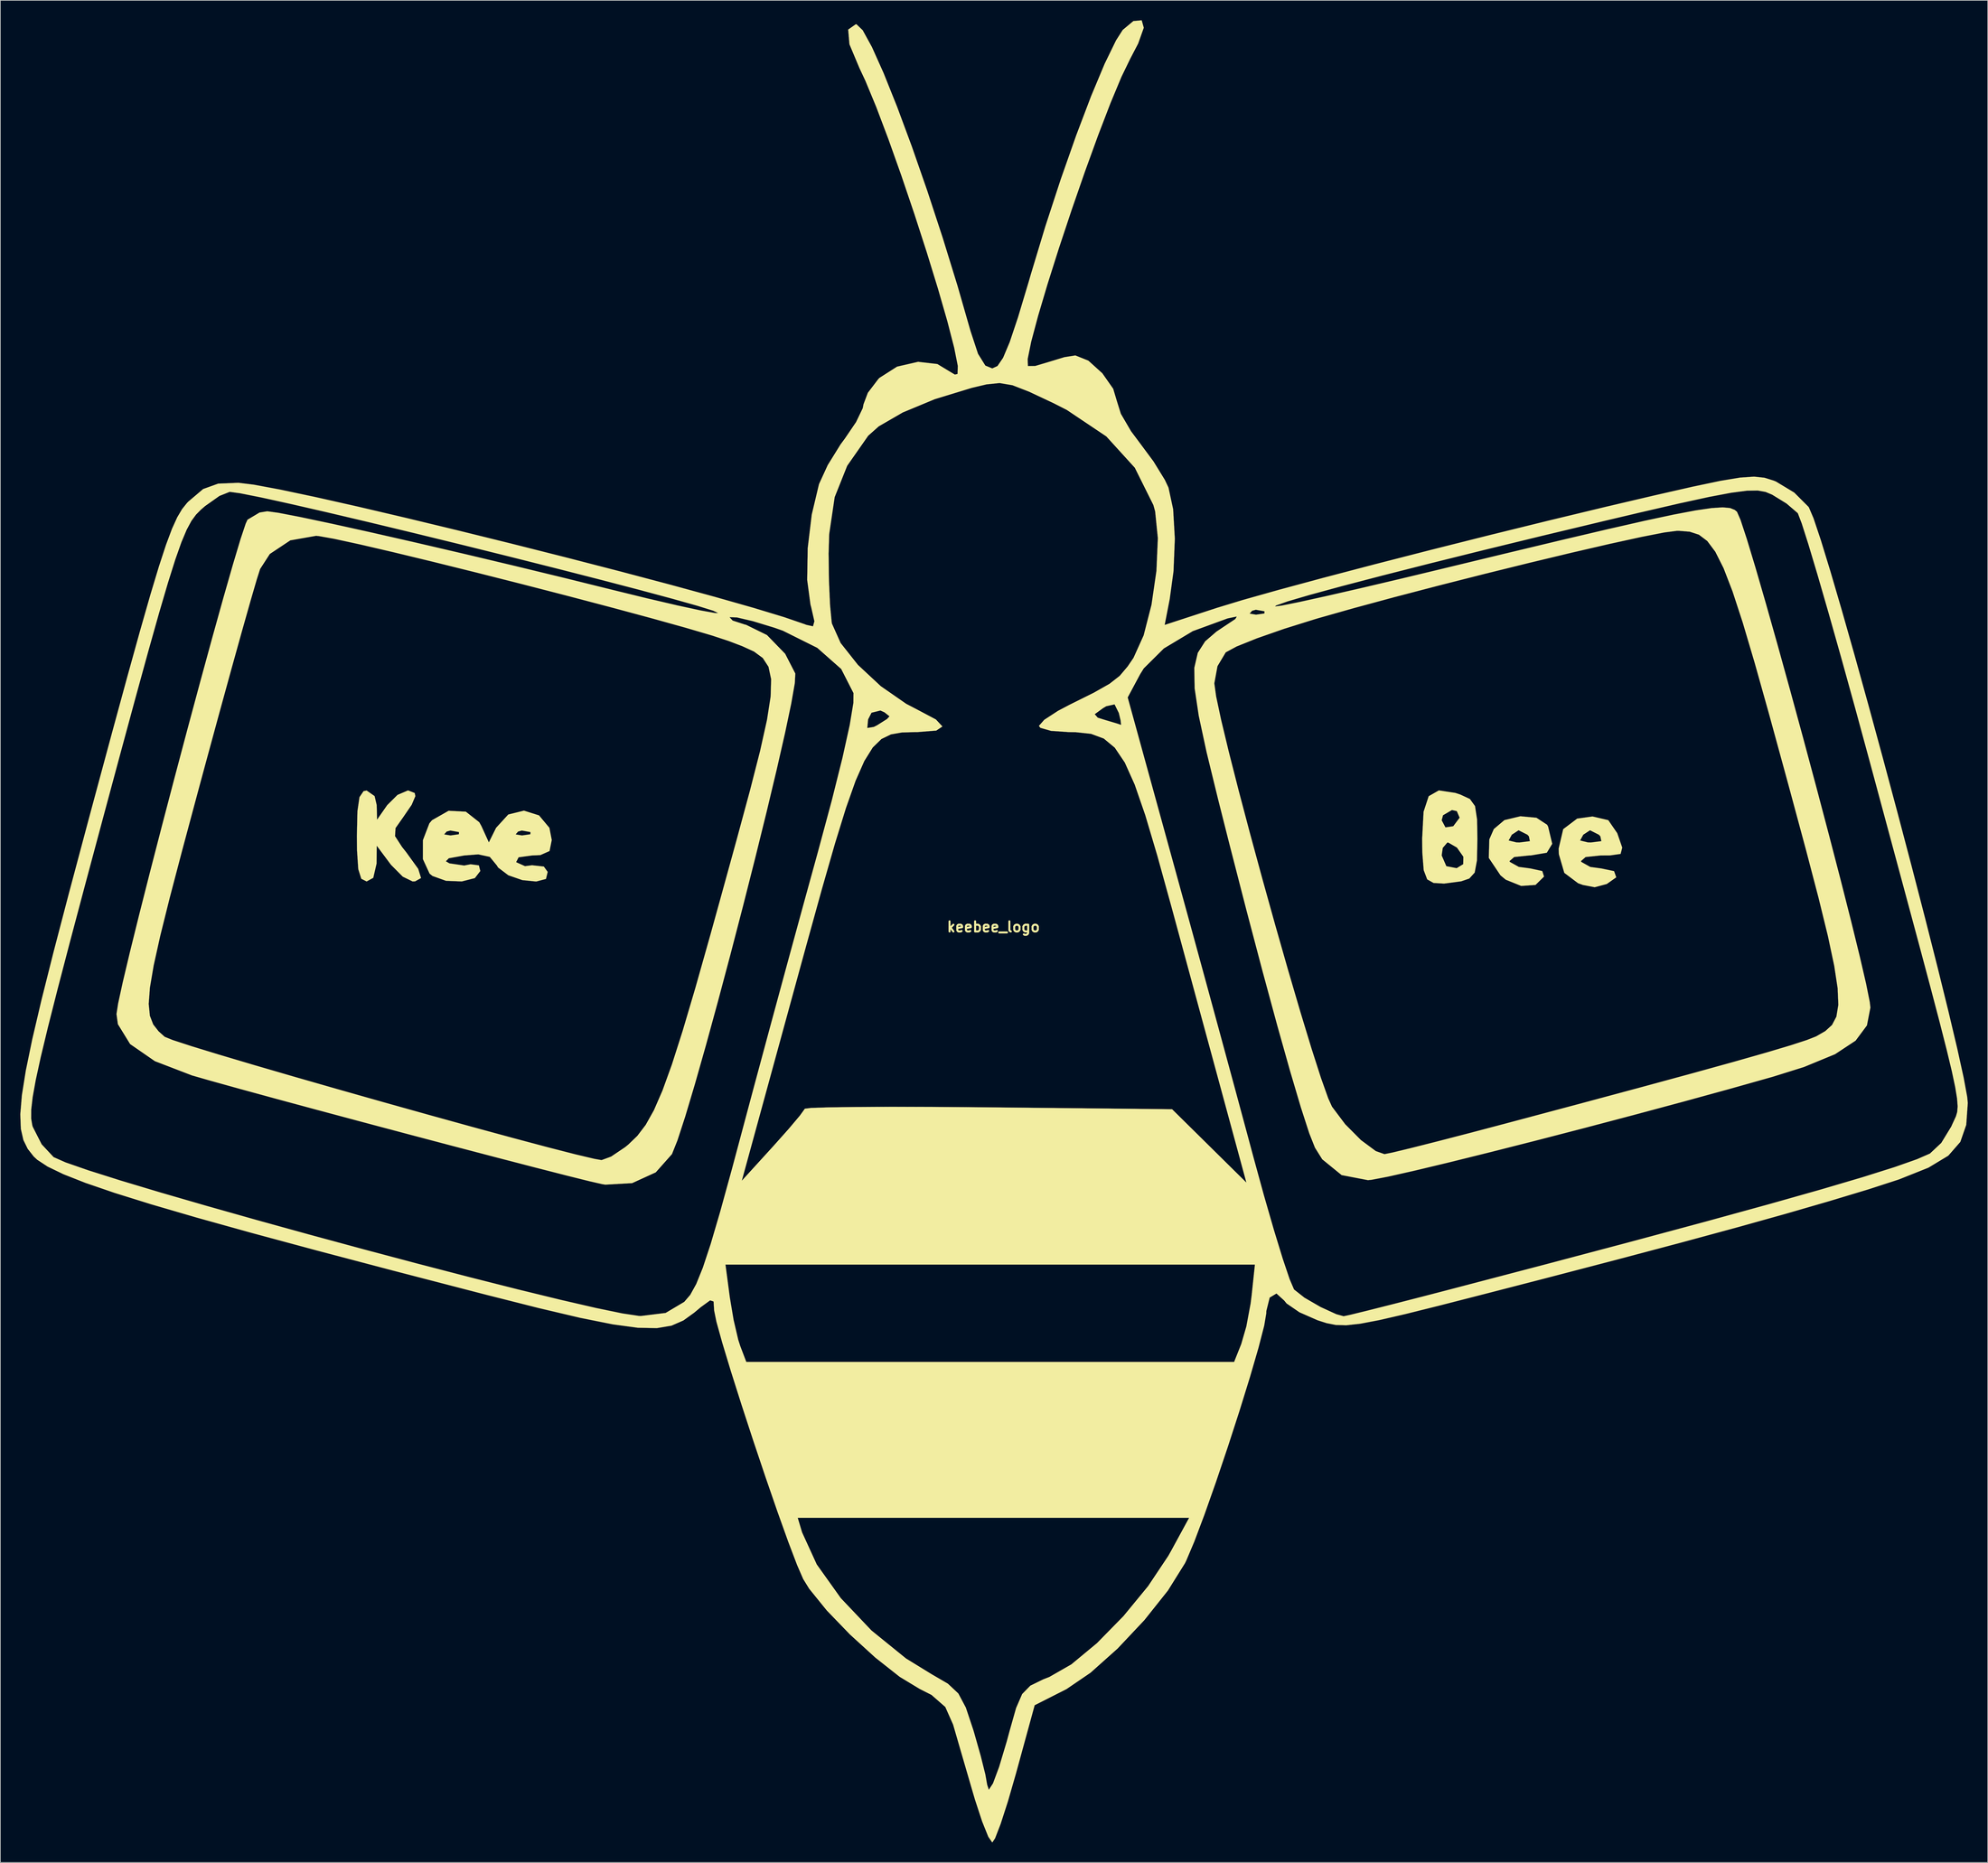
<source format=kicad_pcb>
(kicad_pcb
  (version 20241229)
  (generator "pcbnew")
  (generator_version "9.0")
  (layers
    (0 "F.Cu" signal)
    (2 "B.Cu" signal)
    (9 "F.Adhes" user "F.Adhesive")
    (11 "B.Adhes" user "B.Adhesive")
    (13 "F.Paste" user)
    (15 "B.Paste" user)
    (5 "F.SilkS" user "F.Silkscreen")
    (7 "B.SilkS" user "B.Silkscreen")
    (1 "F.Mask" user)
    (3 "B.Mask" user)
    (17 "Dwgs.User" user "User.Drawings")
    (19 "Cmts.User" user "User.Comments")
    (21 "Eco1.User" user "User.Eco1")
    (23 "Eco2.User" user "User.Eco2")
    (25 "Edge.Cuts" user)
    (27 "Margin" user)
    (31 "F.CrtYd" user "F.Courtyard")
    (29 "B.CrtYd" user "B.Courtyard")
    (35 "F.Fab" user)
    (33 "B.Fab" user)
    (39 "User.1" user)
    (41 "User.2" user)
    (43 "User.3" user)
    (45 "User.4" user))
  (footprint "keebee_logo"
    (layer "F.Cu")
    (at 146.359 136.395)
    (property "Reference" "keebee_logo" (at 0 0 0) (layer "F.SilkS") (effects (font (size 1.524 1.524) (thickness 0.3))))
    (attr through_hole)
    (fp_poly (pts (xy -87.045 -20.142) (xy -86.946 -19.67) (xy -87.498 -18.368) (xy -88.793 -16.477) (xy -89.927 -14.865) (xy -90.003 -13.651) (xy -88.945 -12.018) (xy -88.309 -11.217) (xy -86.515 -8.729) (xy -86.089 -7.352) (xy -86.982 -6.853) (xy -87.353 -6.838) (xy -88.836 -7.562) (xy -90.588 -9.325) (xy -90.741 -9.525) (xy -92.746 -12.212) (xy -92.777 -9.525) (xy -93.274 -7.385) (xy -94.273 -6.838) (xy -95.069 -7.241) (xy -95.525 -8.687) (xy -95.717 -11.536) (xy -95.738 -13.677) (xy -95.652 -17.392) (xy -95.342 -19.519) (xy -94.732 -20.416) (xy -94.273 -20.515) (xy -93.075 -19.678) (xy -92.756 -18.317) (xy -92.705 -16.119) (xy -91.172 -18.317) (xy -89.622 -19.858) (xy -88.042 -20.531) (xy -87.045 -20.142)) (stroke (width 0.01) (type solid)) (fill yes) (layer "F.SilkS"))
    (fp_poly (pts (xy 81.656 -16.417) (xy 83.271 -15.361) (xy 83.422 -15.062) (xy 84.033 -12.498) (xy 83.22 -11.159) (xy 80.784 -10.748) (xy 80.538 -10.746) (xy 78.316 -10.515) (xy 77.609 -9.903) (xy 77.665 -9.769) (xy 79.007 -9.022) (xy 80.735 -8.792) (xy 82.539 -8.399) (xy 82.799 -7.571) (xy 81.523 -6.315) (xy 79.367 -6.165) (xy 77.051 -7.101) (xy 76.26 -7.755) (xy 74.499 -10.379) (xy 74.575 -12.997) (xy 77.478 -12.997) (xy 78.661 -12.707) (xy 79.131 -12.7) (xy 80.684 -12.897) (xy 80.527 -13.634) (xy 80.303 -13.872) (xy 78.974 -14.542) (xy 77.958 -13.872) (xy 77.478 -12.997) (xy 74.575 -12.997) (xy 74.58 -13.167) (xy 75.257 -14.718) (xy 76.848 -16.062) (xy 79.248 -16.639) (xy 81.656 -16.417)) (stroke (width 0.01) (type solid)) (fill yes) (layer "F.SilkS"))
    (fp_poly (pts (xy 92.466 -16.053) (xy 93.809 -14.102) (xy 94.563 -11.927) (xy 94.319 -10.98) (xy 92.693 -10.751) (xy 91.285 -10.746) (xy 89.062 -10.515) (xy 88.355 -9.903) (xy 88.412 -9.769) (xy 89.758 -9.013) (xy 91.4 -8.792) (xy 93.335 -8.386) (xy 93.663 -7.459) (xy 92.239 -6.455) (xy 90.423 -5.971) (xy 88.645 -6.31) (xy 87.923 -6.574) (xy 85.856 -8.128) (xy 85.039 -10.926) (xy 85.007 -11.772) (xy 85.293 -12.997) (xy 88.224 -12.997) (xy 89.407 -12.707) (xy 89.877 -12.7) (xy 91.43 -12.897) (xy 91.274 -13.634) (xy 91.049 -13.872) (xy 89.72 -14.542) (xy 88.705 -13.872) (xy 88.224 -12.997) (xy 85.293 -12.997) (xy 85.69 -14.7) (xy 87.79 -16.288) (xy 90.096 -16.608) (xy 92.466 -16.053)) (stroke (width 0.01) (type solid)) (fill yes) (layer "F.SilkS"))
    (fp_poly (pts (xy 69.46 -20.155) (xy 70.209 -19.908) (xy 71.653 -19.239) (xy 72.424 -18.17) (xy 72.73 -16.16) (xy 72.781 -13.237) (xy 72.711 -9.985) (xy 72.372 -8.171) (xy 71.565 -7.279) (xy 70.338 -6.857) (xy 67.77 -6.517) (xy 66.187 -6.613) (xy 65.237 -7.148) (xy 64.712 -8.528) (xy 64.535 -10.746) (xy 67.408 -10.746) (xy 68.112 -9.129) (xy 69.664 -8.832) (xy 70.656 -9.435) (xy 70.671 -10.56) (xy 69.708 -11.933) (xy 68.4 -12.691) (xy 68.265 -12.7) (xy 67.568 -11.881) (xy 67.408 -10.746) (xy 64.535 -10.746) (xy 64.5 -11.188) (xy 64.477 -13.291) (xy 64.623 -16.038) (xy 67.408 -16.038) (xy 67.977 -14.968) (xy 69.149 -15.139) (xy 70.115 -16.425) (xy 69.689 -17.421) (xy 68.954 -17.585) (xy 67.609 -16.798) (xy 67.408 -16.038) (xy 64.623 -16.038) (xy 64.691 -17.323) (xy 65.462 -19.661) (xy 66.987 -20.53) (xy 69.46 -20.155)) (stroke (width 0.01) (type solid)) (fill yes) (layer "F.SilkS"))
    (fp_poly (pts (xy -68.349 -16.775) (xy -66.785 -14.904) (xy -66.431 -13.069) (xy -66.763 -11.414) (xy -68.147 -10.802) (xy -69.419 -10.746) (xy -71.416 -10.474) (xy -71.788 -9.744) (xy -71.779 -9.729) (xy -70.455 -9.132) (xy -69.395 -9.27) (xy -67.622 -9.075) (xy -67.043 -8.274) (xy -67.301 -7.216) (xy -68.768 -6.83) (xy -70.851 -7.039) (xy -72.956 -7.766) (xy -74.489 -8.931) (xy -74.712 -9.281) (xy -75.745 -10.536) (xy -77.488 -10.912) (xy -79.619 -10.743) (xy -81.91 -10.33) (xy -82.359 -9.868) (xy -81.817 -9.553) (xy -79.603 -9.229) (xy -78.642 -9.416) (xy -77.392 -9.252) (xy -77.177 -8.408) (xy -77.995 -7.345) (xy -79.958 -6.84) (xy -82.326 -6.932) (xy -84.361 -7.661) (xy -84.797 -8.011) (xy -85.806 -10.199) (xy -85.802 -13.047) (xy -85.471 -13.91) (xy -82.615 -13.91) (xy -81.654 -13.754) (xy -80.387 -13.934) (xy -80.372 -14.267) (xy -81.68 -14.5) (xy -82.245 -14.344) (xy -82.615 -13.91) (xy -85.471 -13.91) (xy -84.831 -15.575) (xy -84.434 -16.049) (xy -81.945 -17.464) (xy -79.353 -17.333) (xy -77.329 -15.74) (xy -77 -15.145) (xy -75.889 -12.706) (xy -75.291 -13.91) (xy -71.869 -13.91) (xy -70.908 -13.754) (xy -69.641 -13.934) (xy -69.626 -14.267) (xy -70.934 -14.5) (xy -71.499 -14.344) (xy -71.869 -13.91) (xy -75.291 -13.91) (xy -74.799 -14.901) (xy -72.965 -16.907) (xy -70.612 -17.487) (xy -68.349 -16.775)) (stroke (width 0.01) (type solid)) (fill yes) (layer "F.SilkS"))
    (fp_poly (pts (xy 22.607 -135.27) (xy 21.759 -132.893) (xy 20.572 -130.617) (xy 19.244 -127.88) (xy 17.598 -123.93) (xy 15.733 -119.075) (xy 13.752 -113.619) (xy 11.758 -107.869) (xy 9.851 -102.132) (xy 8.135 -96.714) (xy 6.71 -91.92) (xy 5.679 -88.058) (xy 5.144 -85.433) (xy 5.179 -84.373) (xy 6.281 -84.384) (xy 8.232 -84.965) (xy 10.677 -85.711) (xy 12.32 -85.969) (xy 14.272 -85.185) (xy 16.373 -83.286) (xy 18.006 -80.955) (xy 18.562 -79.095) (xy 19.159 -77.188) (xy 20.687 -74.57) (xy 21.924 -72.914) (xy 24.068 -70.025) (xy 25.773 -67.25) (xy 26.32 -66.092) (xy 27.021 -62.838) (xy 27.277 -58.404) (xy 27.079 -53.515) (xy 26.509 -49.335) (xy 25.748 -45.427) (xy 30.949 -47.126) (xy 38.524 -47.126) (xy 39.484 -46.969) (xy 40.751 -47.149) (xy 40.766 -47.483) (xy 39.459 -47.716) (xy 38.894 -47.56) (xy 38.524 -47.126) (xy 30.949 -47.126) (xy 33.657 -48.01) (xy 37.494 -49.178) (xy 42.931 -50.711) (xy 49.666 -52.531) (xy 57.397 -54.562) (xy 65.82 -56.724) (xy 74.633 -58.941) (xy 83.534 -61.134) (xy 92.22 -63.226) (xy 99.444 -64.922) (xy 105.168 -66.225) (xy 109.338 -67.103) (xy 112.298 -67.593) (xy 114.391 -67.735) (xy 115.961 -67.569) (xy 117.351 -67.132) (xy 117.685 -66.996) (xy 120.434 -65.335) (xy 122.567 -63.201) (xy 122.639 -63.095) (xy 123.33 -61.476) (xy 124.427 -58.2) (xy 125.865 -53.509) (xy 127.582 -47.644) (xy 129.513 -40.845) (xy 131.592 -33.353) (xy 133.757 -25.408) (xy 135.943 -17.251) (xy 138.086 -9.123) (xy 140.122 -1.264) (xy 141.986 6.085) (xy 143.614 12.684) (xy 144.943 18.291) (xy 145.907 22.666) (xy 146.443 25.569) (xy 146.533 26.489) (xy 146.299 29.78) (xy 145.41 32.345) (xy 143.603 34.416) (xy 140.611 36.222) (xy 136.172 37.994) (xy 131.581 39.485) (xy 125.673 41.268) (xy 119.187 43.149) (xy 111.893 45.19) (xy 103.558 47.454) (xy 93.949 50.006) (xy 82.835 52.909) (xy 74.089 55.169) (xy 67.217 56.932) (xy 61.958 58.245) (xy 58.032 59.152) (xy 55.163 59.699) (xy 53.073 59.929) (xy 51.482 59.886) (xy 50.112 59.615) (xy 48.758 59.183) (xy 46.021 57.978) (xy 44.091 56.654) (xy 43.726 56.206) (xy 42.563 55.152) (xy 41.54 55.768) (xy 41.038 57.783) (xy 41.031 58.118) (xy 40.717 59.989) (xy 39.858 63.315) (xy 38.578 67.715) (xy 37.001 72.809) (xy 35.25 78.216) (xy 33.449 83.555) (xy 31.722 88.445) (xy 30.193 92.506) (xy 28.985 95.356) (xy 28.798 95.738) (xy 26.238 99.839) (xy 22.7 104.286) (xy 18.663 108.574) (xy 14.602 112.2) (xy 10.994 114.661) (xy 10.79 114.766) (xy 6.197 117.094) (xy 3.369 127.42) (xy 2.167 131.584) (xy 1.081 134.944) (xy 0.241 137.118) (xy -0.177 137.746) (xy -0.773 136.88) (xy -1.696 134.588) (xy -2.765 131.331) (xy -2.963 130.663) (xy -4.143 126.619) (xy -5.254 122.799) (xy -6.058 120.026) (xy -6.063 120.008) (xy -7.241 117.356) (xy -9.314 115.545) (xy -11.107 114.635) (xy -14.1 112.822) (xy -17.759 109.934) (xy -21.582 106.447) (xy -25.065 102.836) (xy -27.704 99.577) (xy -28.61 98.111) (xy -29.537 95.977) (xy -30.868 92.475) (xy -32.149 88.9) (xy -29.439 88.9) (xy -28.78 91.098) (xy -26.576 95.915) (xy -22.961 100.983) (xy -18.347 105.851) (xy -13.145 110.068) (xy -9.297 112.432) (xy -6.854 113.855) (xy -5.284 115.329) (xy -4.155 117.451) (xy -3.034 120.814) (xy -2.905 121.244) (xy -1.925 124.698) (xy -1.221 127.513) (xy -0.947 129.059) (xy -0.696 129.817) (xy -0.069 128.861) (xy 0.856 126.377) (xy 2.003 122.551) (xy 2.428 120.98) (xy 3.41 117.512) (xy 4.321 115.413) (xy 5.553 114.153) (xy 7.494 113.203) (xy 8.406 112.847) (xy 11.714 110.953) (xy 15.561 107.765) (xy 19.543 103.703) (xy 23.256 99.186) (xy 26.296 94.631) (xy 26.733 93.854) (xy 29.43 88.9) (xy -29.439 88.9) (xy -32.149 88.9) (xy -32.486 87.96) (xy -34.274 82.784) (xy -36.115 77.303) (xy -37.891 71.87) (xy -39.486 66.84) (xy -40.781 62.565) (xy -41.66 59.4) (xy -42.006 57.699) (xy -42.008 57.651) (xy -42.087 56.352) (xy -42.61 56.182) (xy -44.005 57.197) (xy -45.013 58.04) (xy -46.629 59.207) (xy -48.419 59.989) (xy -50.623 60.362) (xy -53.482 60.306) (xy -57.236 59.798) (xy -62.124 58.818) (xy -68.387 57.342) (xy -76.264 55.35) (xy -77.117 55.13) (xy -90.343 51.695) (xy -101.789 48.675) (xy -111.576 46.034) (xy -119.826 43.734) (xy -126.66 41.738) (xy -132.197 40.01) (xy -136.561 38.512) (xy -139.871 37.207) (xy -142.249 36.057) (xy -143.815 35.027) (xy -144.34 34.535) (xy -145.235 33.395) (xy -145.887 32.067) (xy -146.27 30.388) (xy -146.329 28.842) (xy -144.723 28.842) (xy -144.558 29.84) (xy -144.488 30.075) (xy -143.144 32.713) (xy -141.364 34.621) (xy -141.322 34.649) (xy -139.54 35.438) (xy -136.107 36.631) (xy -131.27 38.161) (xy -125.276 39.961) (xy -118.369 41.964) (xy -110.797 44.105) (xy -102.805 46.315) (xy -94.641 48.529) (xy -86.549 50.68) (xy -78.776 52.701) (xy -71.569 54.526) (xy -65.173 56.088) (xy -59.835 57.321) (xy -55.801 58.157) (xy -53.316 58.53) (xy -53.053 58.543) (xy -49.302 58.081) (xy -46.503 56.417) (xy -45.606 55.373) (xy -44.697 53.73) (xy -43.697 51.255) (xy -43.547 50.8) (xy -40.306 50.8) (xy -39.653 55.723) (xy -39.082 59.132) (xy -38.39 62.1) (xy -38.085 63.05) (xy -37.171 65.454) (xy 36.195 65.454) (xy 37.268 62.767) (xy 38.037 60.112) (xy 38.679 56.669) (xy 38.834 55.44) (xy 39.326 50.8) (xy -40.306 50.8) (xy -43.547 50.8) (xy -42.525 47.712) (xy -41.101 42.869) (xy -39.813 38.193) (xy -37.85 38.193) (xy -33.135 33.018) (xy -30.816 30.416) (xy -29.12 28.404) (xy -28.383 27.384) (xy -28.376 27.354) (xy -27.428 27.238) (xy -24.774 27.151) (xy -20.659 27.095) (xy -15.33 27.073) (xy -9.034 27.086) (xy -2.016 27.136) (xy -0.733 27.149) (xy 26.865 27.432) (xy 32.455 32.952) (xy 38.045 38.473) (xy 35.275 28.273) (xy 34.158 24.16) (xy 32.657 18.632) (xy 30.899 12.163) (xy 29.014 5.222) (xy 27.129 -1.719) (xy 26.8 -2.931) (xy 24.649 -10.712) (xy 22.839 -16.801) (xy 21.249 -21.402) (xy 19.759 -24.721) (xy 18.248 -26.964) (xy 16.596 -28.336) (xy 14.681 -29.044) (xy 12.382 -29.291) (xy 11.31 -29.308) (xy 8.662 -29.49) (xy 7.058 -29.951) (xy 6.838 -30.239) (xy 7.644 -31.156) (xy 8.936 -31.997) (xy 15.225 -31.997) (xy 15.689 -31.47) (xy 16.83 -31.115) (xy 18.602 -30.588) (xy 19.203 -30.382) (xy 19.121 -31.089) (xy 18.859 -32.184) (xy 18.217 -33.477) (xy 16.963 -33.2) (xy 16.486 -32.917) (xy 15.225 -31.997) (xy 8.936 -31.997) (xy 9.709 -32.501) (xy 11.441 -33.414) (xy 13.664 -34.519) (xy 20.187 -34.519) (xy 27.162 -9.2) (xy 29.376 -1.143) (xy 31.743 7.51) (xy 34.113 16.209) (xy 36.338 24.406) (xy 38.267 31.551) (xy 39.096 34.636) (xy 40.688 40.437) (xy 42.191 45.642) (xy 43.507 49.934) (xy 44.539 52.997) (xy 45.189 54.515) (xy 45.228 54.568) (xy 46.77 55.785) (xy 49.191 57.186) (xy 51.565 58.273) (xy 52.663 58.577) (xy 53.695 58.356) (xy 56.29 57.719) (xy 60.122 56.75) (xy 64.866 55.53) (xy 68.294 54.638) (xy 83.062 50.764) (xy 95.998 47.332) (xy 107.169 44.323) (xy 116.642 41.717) (xy 124.485 39.496) (xy 130.763 37.641) (xy 135.544 36.133) (xy 138.895 34.953) (xy 140.844 34.103) (xy 142.545 32.508) (xy 144.055 30.036) (xy 144.154 29.808) (xy 144.481 29.1) (xy 144.756 28.502) (xy 144.945 27.857) (xy 145.013 27.01) (xy 144.924 25.806) (xy 144.643 24.089) (xy 144.136 21.704) (xy 143.366 18.495) (xy 142.299 14.306) (xy 140.9 8.981) (xy 139.134 2.367) (xy 136.964 -5.694) (xy 134.357 -15.357) (xy 131.8 -24.836) (xy 129.593 -32.948) (xy 127.504 -40.493) (xy 125.593 -47.257) (xy 123.924 -53.024) (xy 122.559 -57.581) (xy 121.56 -60.71) (xy 120.99 -62.199) (xy 120.945 -62.268) (xy 119.273 -63.697) (xy 117.11 -65.028) (xy 116.125 -65.44) (xy 114.936 -65.652) (xy 113.289 -65.623) (xy 110.935 -65.314) (xy 107.622 -64.687) (xy 103.099 -63.701) (xy 97.114 -62.316) (xy 91.639 -61.022) (xy 82.358 -58.798) (xy 73.613 -56.664) (xy 65.584 -54.666) (xy 58.453 -52.851) (xy 52.4 -51.267) (xy 47.606 -49.96) (xy 44.252 -48.977) (xy 42.519 -48.366) (xy 42.324 -48.204) (xy 43.328 -48.33) (xy 45.971 -48.865) (xy 49.994 -49.752) (xy 55.14 -50.932) (xy 61.15 -52.348) (xy 66.518 -53.638) (xy 76.804 -56.125) (xy 85.359 -58.176) (xy 92.35 -59.821) (xy 97.944 -61.095) (xy 102.307 -62.028) (xy 105.606 -62.654) (xy 108.006 -63.005) (xy 109.674 -63.113) (xy 110.777 -63.011) (xy 111.481 -62.73) (xy 111.821 -62.449) (xy 112.351 -61.235) (xy 113.291 -58.38) (xy 114.575 -54.14) (xy 116.133 -48.769) (xy 117.898 -42.52) (xy 119.801 -35.648) (xy 121.773 -28.407) (xy 123.746 -21.051) (xy 125.652 -13.834) (xy 127.423 -7.011) (xy 128.99 -0.835) (xy 130.284 4.439) (xy 131.238 8.557) (xy 131.782 11.264) (xy 131.885 12.137) (xy 131.363 14.823) (xy 129.661 17.112) (xy 126.574 19.148) (xy 121.897 21.076) (xy 117.231 22.537) (xy 110.768 24.361) (xy 103.701 26.304) (xy 96.29 28.297) (xy 88.8 30.275) (xy 81.493 32.169) (xy 74.631 33.912) (xy 68.476 35.439) (xy 63.293 36.681) (xy 59.343 37.571) (xy 56.888 38.042) (xy 56.32 38.1) (xy 52.367 37.34) (xy 49.452 34.965) (xy 48.359 33.219) (xy 47.503 31.061) (xy 46.241 27.165) (xy 44.62 21.695) (xy 42.683 14.815) (xy 40.478 6.688) (xy 38.049 -2.523) (xy 35.442 -12.653) (xy 33.79 -19.193) (xy 32.059 -26.279) (xy 30.88 -31.757) (xy 30.261 -35.896) (xy 30.249 -36.643) (xy 33.215 -36.643) (xy 33.484 -34.686) (xy 34.235 -31.159) (xy 35.388 -26.357) (xy 36.86 -20.573) (xy 38.57 -14.1) (xy 40.437 -7.234) (xy 42.378 -0.267) (xy 44.311 6.507) (xy 46.157 12.794) (xy 47.832 18.299) (xy 49.255 22.73) (xy 50.344 25.793) (xy 50.914 27.05) (xy 52.898 29.69) (xy 55.272 32.079) (xy 57.499 33.73) (xy 58.803 34.192) (xy 59.998 33.952) (xy 62.758 33.284) (xy 66.763 32.271) (xy 71.691 30.993) (xy 76.5 29.723) (xy 87.772 26.715) (xy 97.272 24.16) (xy 105.117 22.026) (xy 111.428 20.278) (xy 116.323 18.883) (xy 119.921 17.808) (xy 122.341 17.019) (xy 123.703 16.484) (xy 123.778 16.446) (xy 125.111 15.677) (xy 126.117 14.759) (xy 126.777 13.504) (xy 127.067 11.726) (xy 126.966 9.237) (xy 126.451 5.85) (xy 125.501 1.376) (xy 124.093 -4.371) (xy 122.206 -11.578) (xy 119.817 -20.433) (xy 119.161 -22.845) (xy 116.612 -32.154) (xy 114.48 -39.747) (xy 112.687 -45.798) (xy 111.156 -50.48) (xy 109.809 -53.968) (xy 108.568 -56.436) (xy 107.356 -58.058) (xy 106.095 -59.007) (xy 104.708 -59.458) (xy 103.116 -59.585) (xy 102.767 -59.587) (xy 100.894 -59.343) (xy 97.436 -58.665) (xy 92.695 -57.627) (xy 86.971 -56.302) (xy 80.568 -54.764) (xy 73.786 -53.087) (xy 66.927 -51.344) (xy 60.293 -49.61) (xy 54.186 -47.956) (xy 48.906 -46.459) (xy 48.358 -46.297) (xy 43.706 -44.843) (xy 39.634 -43.42) (xy 36.571 -42.19) (xy 34.948 -41.313) (xy 34.925 -41.292) (xy 33.69 -39.224) (xy 33.215 -36.643) (xy 30.249 -36.643) (xy 30.21 -38.963) (xy 30.734 -41.228) (xy 31.842 -42.958) (xy 33.542 -44.422) (xy 34.564 -45.106) (xy 36.38 -46.314) (xy 36.601 -46.698) (xy 35.309 -46.434) (xy 35.169 -46.397) (xy 29.975 -44.497) (xy 25.625 -41.892) (xy 22.605 -38.893) (xy 22.061 -38.019) (xy 20.187 -34.519) (xy 13.664 -34.519) (xy 15.093 -35.23) (xy 17.452 -36.565) (xy 18.992 -37.767) (xy 20.189 -39.184) (xy 21.067 -40.477) (xy 22.594 -43.862) (xy 23.774 -48.459) (xy 24.516 -53.567) (xy 24.729 -58.485) (xy 24.321 -62.512) (xy 24.055 -63.467) (xy 21.262 -69.078) (xy 16.981 -73.787) (xy 11.037 -77.773) (xy 9.037 -78.791) (xy 5.369 -80.516) (xy 2.862 -81.489) (xy 0.923 -81.821) (xy -1.042 -81.621) (xy -3.279 -81.09) (xy -8.833 -79.391) (xy -13.636 -77.396) (xy -17.25 -75.306) (xy -18.839 -73.893) (xy -21.999 -69.373) (xy -23.881 -64.658) (xy -24.707 -59.085) (xy -24.794 -56.173) (xy -24.742 -52.07) (xy -24.577 -48.401) (xy -24.334 -45.871) (xy -24.291 -45.624) (xy -22.987 -42.708) (xy -20.382 -39.414) (xy -16.94 -36.208) (xy -13.121 -33.556) (xy -11.52 -32.722) (xy -8.655 -31.203) (xy -7.68 -30.152) (xy -8.6 -29.533) (xy -11.418 -29.31) (xy -11.831 -29.308) (xy -13.77 -29.251) (xy -15.413 -28.964) (xy -16.845 -28.27) (xy -18.153 -26.994) (xy -19.422 -24.957) (xy -20.736 -21.985) (xy -22.18 -17.901) (xy -23.841 -12.528) (xy -25.803 -5.69) (xy -28.152 2.789) (xy -29.209 6.641) (xy -37.85 38.193) (xy -39.813 38.193) (xy -39.343 36.489) (xy -38.205 32.238) (xy -36.038 24.136) (xy -33.563 14.959) (xy -30.984 5.456) (xy -28.503 -3.624) (xy -26.407 -11.235) (xy -24.313 -19.006) (xy -22.704 -25.432) (xy -21.71 -29.924) (xy -18.975 -29.924) (xy -17.984 -30.083) (xy -17.489 -30.336) (xy -16.006 -31.269) (xy -15.631 -31.68) (xy -16.389 -32.283) (xy -17 -32.555) (xy -18.339 -32.224) (xy -18.858 -31.211) (xy -18.975 -29.924) (xy -21.71 -29.924) (xy -21.61 -30.377) (xy -21.06 -33.709) (xy -21.043 -35.169) (xy -22.895 -38.801) (xy -26.493 -41.98) (xy -31.653 -44.553) (xy -32.946 -45.011) (xy -36.162 -45.991) (xy -38.587 -46.561) (xy -39.697 -46.598) (xy -39.698 -46.597) (xy -39.224 -46.08) (xy -37.404 -45.49) (xy -37.205 -45.445) (xy -34.065 -43.903) (xy -31.331 -41.089) (xy -29.8 -38.113) (xy -29.878 -36.663) (xy -30.416 -33.594) (xy -31.348 -29.168) (xy -32.606 -23.647) (xy -34.123 -17.292) (xy -35.833 -10.365) (xy -37.667 -3.13) (xy -39.559 4.154) (xy -41.441 11.222) (xy -43.246 17.815) (xy -44.907 23.669) (xy -46.356 28.523) (xy -47.527 32.115) (xy -48.353 34.183) (xy -48.353 34.183) (xy -50.788 36.926) (xy -54.344 38.55) (xy -58.382 38.777) (xy -58.852 38.7) (xy -60.705 38.277) (xy -64.148 37.42) (xy -68.883 36.207) (xy -74.615 34.718) (xy -81.047 33.031) (xy -87.883 31.224) (xy -94.826 29.376) (xy -101.58 27.566) (xy -107.848 25.872) (xy -113.335 24.372) (xy -117.744 23.146) (xy -120.528 22.347) (xy -126.115 20.2) (xy -129.838 17.625) (xy -131.677 14.637) (xy -131.885 13.109) (xy -131.649 11.587) (xy -127.048 11.587) (xy -126.873 13.369) (xy -126.369 14.677) (xy -125.562 15.71) (xy -124.642 16.537) (xy -123.454 17.02) (xy -120.648 17.937) (xy -116.495 19.21) (xy -111.263 20.766) (xy -105.22 22.527) (xy -98.638 24.417) (xy -91.784 26.361) (xy -84.927 28.282) (xy -78.337 30.106) (xy -72.283 31.754) (xy -67.035 33.153) (xy -62.86 34.225) (xy -60.029 34.895) (xy -58.935 35.088) (xy -57.497 34.557) (xy -55.396 33.142) (xy -54.913 32.749) (xy -53.553 31.438) (xy -52.295 29.784) (xy -51.061 27.582) (xy -49.775 24.626) (xy -48.358 20.71) (xy -46.734 15.628) (xy -44.825 9.175) (xy -42.555 1.144) (xy -41.155 -3.908) (xy -38.632 -13.064) (xy -36.612 -20.527) (xy -35.088 -26.486) (xy -34.055 -31.135) (xy -33.505 -34.664) (xy -33.431 -37.266) (xy -33.828 -39.132) (xy -34.689 -40.454) (xy -36.006 -41.424) (xy -37.774 -42.233) (xy -39.811 -43.007) (xy -42.33 -43.839) (xy -46.313 -45.01) (xy -51.461 -46.445) (xy -57.481 -48.069) (xy -64.075 -49.807) (xy -70.949 -51.582) (xy -77.806 -53.319) (xy -84.351 -54.944) (xy -90.288 -56.38) (xy -95.321 -57.552) (xy -99.154 -58.385) (xy -101.492 -58.802) (xy -101.873 -58.836) (xy -105.748 -58.156) (xy -108.832 -56.105) (xy -110.293 -53.844) (xy -110.786 -52.302) (xy -111.714 -49.117) (xy -113.011 -44.536) (xy -114.606 -38.805) (xy -116.431 -32.168) (xy -118.418 -24.872) (xy -119.642 -20.346) (xy -122.019 -11.489) (xy -123.903 -4.315) (xy -125.32 1.379) (xy -126.299 5.793) (xy -126.865 9.128) (xy -127.048 11.587) (xy -131.649 11.587) (xy -131.639 11.52) (xy -130.947 8.342) (xy -129.876 3.832) (xy -128.494 -1.755) (xy -126.868 -8.164) (xy -125.067 -15.139) (xy -123.157 -22.425) (xy -121.208 -29.766) (xy -119.285 -36.907) (xy -117.458 -43.593) (xy -115.793 -49.568) (xy -114.358 -54.576) (xy -113.222 -58.363) (xy -112.451 -60.672) (xy -112.182 -61.256) (xy -110.374 -62.335) (xy -109.218 -62.523) (xy -107.562 -62.298) (xy -104.267 -61.661) (xy -99.588 -60.671) (xy -93.784 -59.387) (xy -87.109 -57.866) (xy -79.823 -56.168) (xy -72.181 -54.35) (xy -64.439 -52.472) (xy -57.273 -50.696) (xy -52.06 -49.418) (xy -47.545 -48.364) (xy -44.052 -47.607) (xy -41.904 -47.217) (xy -41.375 -47.2) (xy -42.133 -47.565) (xy -44.547 -48.317) (xy -48.372 -49.393) (xy -53.361 -50.734) (xy -59.271 -52.278) (xy -65.853 -53.963) (xy -72.864 -55.73) (xy -80.057 -57.517) (xy -87.187 -59.262) (xy -94.007 -60.905) (xy -100.273 -62.385) (xy -105.738 -63.641) (xy -110.157 -64.612) (xy -113.284 -65.237) (xy -114.864 -65.454) (xy -116.406 -64.84) (xy -118.567 -63.311) (xy -119.198 -62.767) (xy -119.927 -62.029) (xy -120.623 -61.081) (xy -121.338 -59.752) (xy -122.129 -57.873) (xy -123.048 -55.272) (xy -124.15 -51.779) (xy -125.489 -47.225) (xy -127.118 -41.439) (xy -129.093 -34.25) (xy -131.467 -25.489) (xy -133.858 -16.608) (xy -136.626 -6.283) (xy -138.913 2.328) (xy -140.759 9.395) (xy -142.202 15.085) (xy -143.281 19.57) (xy -144.034 23.019) (xy -144.499 25.601) (xy -144.716 27.486) (xy -144.723 28.842) (xy -146.329 28.842) (xy -146.354 28.194) (xy -146.114 25.32) (xy -145.521 21.604) (xy -144.547 16.88) (xy -143.164 10.985) (xy -141.346 3.755) (xy -139.063 -4.974) (xy -136.289 -15.367) (xy -135.263 -19.184) (xy -132.538 -29.277) (xy -130.254 -37.654) (xy -128.357 -44.49) (xy -126.793 -49.958) (xy -125.504 -54.231) (xy -124.438 -57.484) (xy -123.538 -59.891) (xy -122.749 -61.625) (xy -122.017 -62.86) (xy -121.287 -63.77) (xy -121.077 -63.988) (xy -118.856 -65.871) (xy -116.584 -66.688) (xy -113.547 -66.809) (xy -111.245 -66.528) (xy -107.32 -65.796) (xy -102.03 -64.677) (xy -95.638 -63.238) (xy -88.404 -61.542) (xy -80.587 -59.656) (xy -72.449 -57.645) (xy -64.25 -55.573) (xy -56.25 -53.506) (xy -48.71 -51.509) (xy -41.891 -49.647) (xy -36.052 -47.985) (xy -31.454 -46.589) (xy -28.358 -45.524) (xy -28.142 -45.438) (xy -27.14 -45.217) (xy -26.926 -45.977) (xy -27.417 -48.134) (xy -27.513 -48.481) (xy -28.012 -52.204) (xy -27.93 -56.983) (xy -27.323 -62.027) (xy -26.248 -66.545) (xy -26.209 -66.665) (xy -24.92 -69.474) (xy -22.987 -72.593) (xy -22.348 -73.456) (xy -20.657 -75.945) (xy -19.655 -78.033) (xy -19.538 -78.629) (xy -18.888 -80.35) (xy -17.306 -82.426) (xy -17.141 -82.594) (xy -14.491 -84.284) (xy -11.335 -85.01) (xy -8.439 -84.676) (xy -7.05 -83.836) (xy -5.807 -83.089) (xy -5.391 -83.184) (xy -5.359 -84.402) (xy -5.905 -87.148) (xy -6.929 -91.114) (xy -8.334 -95.993) (xy -10.022 -101.48) (xy -11.894 -107.268) (xy -13.852 -113.05) (xy -15.797 -118.519) (xy -17.631 -123.37) (xy -19.257 -127.295) (xy -20.143 -129.183) (xy -21.655 -132.783) (xy -21.845 -134.993) (xy -20.71 -135.79) (xy -20.602 -135.792) (xy -19.667 -134.895) (xy -18.277 -132.363) (xy -16.52 -128.441) (xy -14.488 -123.369) (xy -12.271 -117.391) (xy -9.958 -110.748) (xy -7.64 -103.684) (xy -5.406 -96.44) (xy -3.45 -89.633) (xy -2.322 -86.213) (xy -1.221 -84.443) (xy -0.18 -84.015) (xy 0.608 -84.374) (xy 1.451 -85.611) (xy 2.446 -87.971) (xy 3.694 -91.695) (xy 5.295 -97.027) (xy 5.642 -98.222) (xy 7.807 -105.387) (xy 10.113 -112.44) (xy 12.446 -119.073) (xy 14.688 -124.977) (xy 16.725 -129.845) (xy 18.44 -133.368) (xy 19.442 -134.938) (xy 21.045 -136.276) (xy 22.293 -136.39) (xy 22.607 -135.27)) (stroke (width 0.01) (type solid)) (fill yes) (layer "F.SilkS")))
  (gr_rect
    (start -3 -3)
    (end 295.897 277.146)
    (stroke (width 0.1) (type default))
    (fill no)
    (layer "Edge.Cuts")))
</source>
